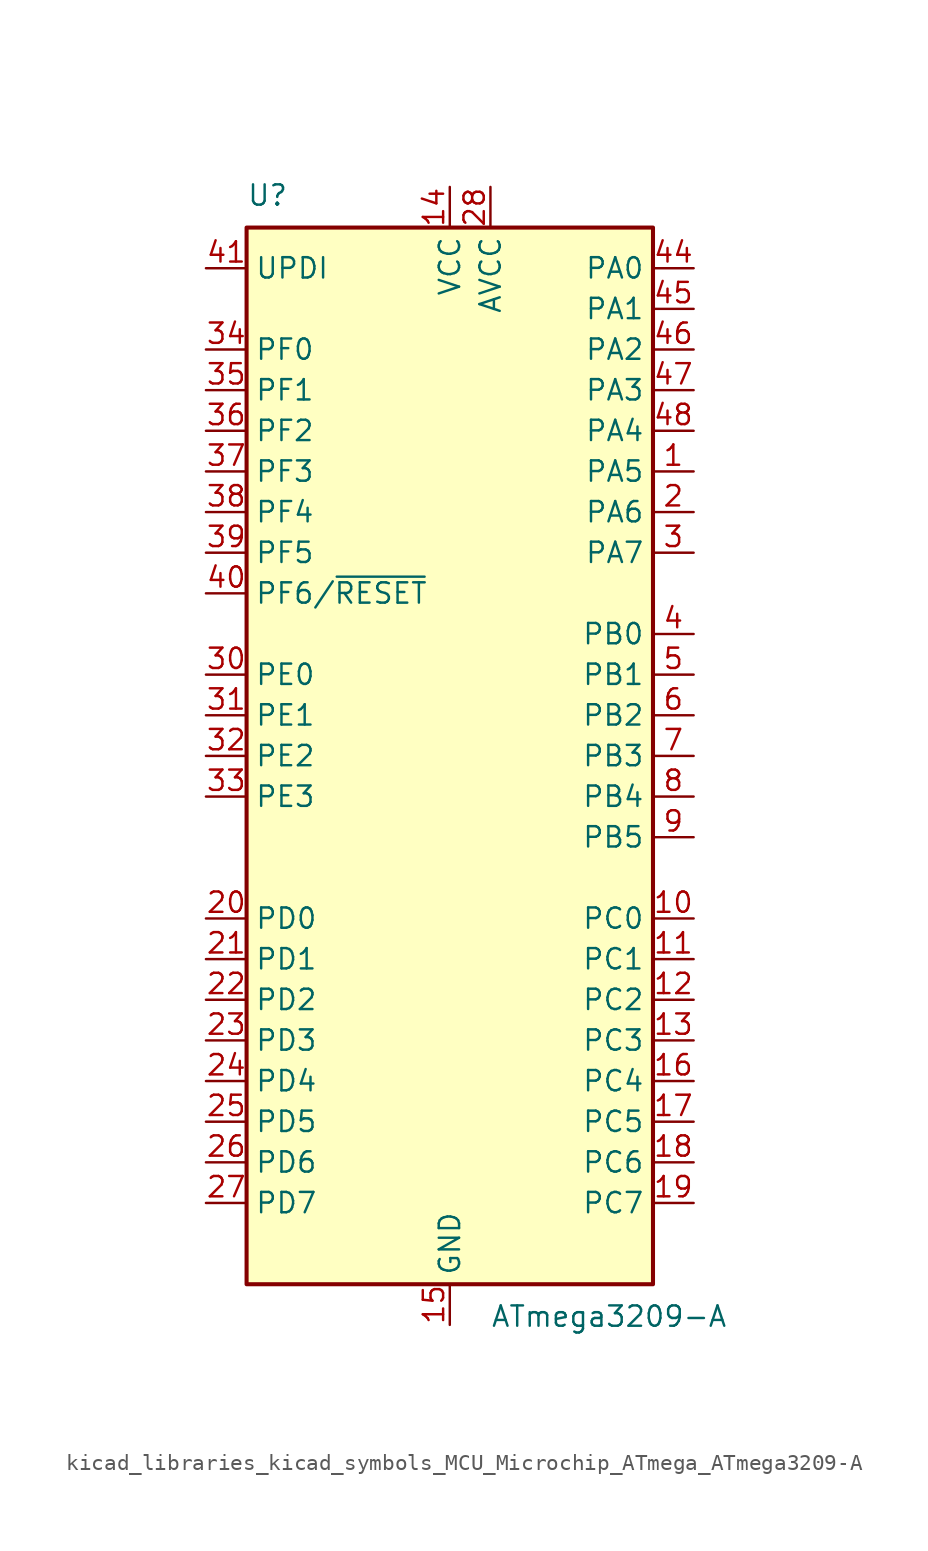
<source format=kicad_sym>
(kicad_symbol_lib
  (version 20220914)
  (generator kicad_symbol_editor)
  (symbol "kicad_libraries_kicad_symbols_MCU_Microchip_ATmega_ATmega3209-A"
    (property "Reference" "U"
      (at -12.7 34.29 0)
      (effects (font (size 1.27 1.27)) (justify left bottom)))
    (property "Value" "ATmega3209-A"
      (at 2.54 -34.29 0)
      (effects (font (size 1.27 1.27)) (justify left top)))
    (symbol "kicad_libraries_kicad_symbols_MCU_Microchip_ATmega_ATmega3209-A_0_1"
      (rectangle (start -12.7 -33.02) (end 12.7 33.02) (stroke (width 0.254) (type default)) (fill (type background))))
    (symbol "kicad_libraries_kicad_symbols_MCU_Microchip_ATmega_ATmega3209-A_1_1"
      (pin bidirectional line (at 15.24 17.78 180) (length 2.54) (name "PA5" (effects (font (size 1.27 1.27)))) (number "1" (effects (font (size 1.27 1.27)))))
      (pin bidirectional line (at 15.24 -10.16 180) (length 2.54) (name "PC0" (effects (font (size 1.27 1.27)))) (number "10" (effects (font (size 1.27 1.27)))))
      (pin bidirectional line (at 15.24 -12.7 180) (length 2.54) (name "PC1" (effects (font (size 1.27 1.27)))) (number "11" (effects (font (size 1.27 1.27)))))
      (pin bidirectional line (at 15.24 -15.24 180) (length 2.54) (name "PC2" (effects (font (size 1.27 1.27)))) (number "12" (effects (font (size 1.27 1.27)))))
      (pin bidirectional line (at 15.24 -17.78 180) (length 2.54) (name "PC3" (effects (font (size 1.27 1.27)))) (number "13" (effects (font (size 1.27 1.27)))))
      (pin power_in line (at 0 35.56 270) (length 2.54) (name "VCC" (effects (font (size 1.27 1.27)))) (number "14" (effects (font (size 1.27 1.27)))))
      (pin power_in line (at 0 -35.56 90) (length 2.54) (name "GND" (effects (font (size 1.27 1.27)))) (number "15" (effects (font (size 1.27 1.27)))))
      (pin bidirectional line (at 15.24 -20.32 180) (length 2.54) (name "PC4" (effects (font (size 1.27 1.27)))) (number "16" (effects (font (size 1.27 1.27)))))
      (pin bidirectional line (at 15.24 -22.86 180) (length 2.54) (name "PC5" (effects (font (size 1.27 1.27)))) (number "17" (effects (font (size 1.27 1.27)))))
      (pin bidirectional line (at 15.24 -25.4 180) (length 2.54) (name "PC6" (effects (font (size 1.27 1.27)))) (number "18" (effects (font (size 1.27 1.27)))))
      (pin bidirectional line (at 15.24 -27.94 180) (length 2.54) (name "PC7" (effects (font (size 1.27 1.27)))) (number "19" (effects (font (size 1.27 1.27)))))
      (pin bidirectional line (at 15.24 15.24 180) (length 2.54) (name "PA6" (effects (font (size 1.27 1.27)))) (number "2" (effects (font (size 1.27 1.27)))))
      (pin bidirectional line (at -15.24 -10.16 0) (length 2.54) (name "PD0" (effects (font (size 1.27 1.27)))) (number "20" (effects (font (size 1.27 1.27)))))
      (pin bidirectional line (at -15.24 -12.7 0) (length 2.54) (name "PD1" (effects (font (size 1.27 1.27)))) (number "21" (effects (font (size 1.27 1.27)))))
      (pin bidirectional line (at -15.24 -15.24 0) (length 2.54) (name "PD2" (effects (font (size 1.27 1.27)))) (number "22" (effects (font (size 1.27 1.27)))))
      (pin bidirectional line (at -15.24 -17.78 0) (length 2.54) (name "PD3" (effects (font (size 1.27 1.27)))) (number "23" (effects (font (size 1.27 1.27)))))
      (pin bidirectional line (at -15.24 -20.32 0) (length 2.54) (name "PD4" (effects (font (size 1.27 1.27)))) (number "24" (effects (font (size 1.27 1.27)))))
      (pin bidirectional line (at -15.24 -22.86 0) (length 2.54) (name "PD5" (effects (font (size 1.27 1.27)))) (number "25" (effects (font (size 1.27 1.27)))))
      (pin bidirectional line (at -15.24 -25.4 0) (length 2.54) (name "PD6" (effects (font (size 1.27 1.27)))) (number "26" (effects (font (size 1.27 1.27)))))
      (pin bidirectional line (at -15.24 -27.94 0) (length 2.54) (name "PD7" (effects (font (size 1.27 1.27)))) (number "27" (effects (font (size 1.27 1.27)))))
      (pin power_in line (at 2.54 35.56 270) (length 2.54) (name "AVCC" (effects (font (size 1.27 1.27)))) (number "28" (effects (font (size 1.27 1.27)))))
      (pin passive line (at 0 -35.56 90) (length 2.54) hide (name "GND" (effects (font (size 1.27 1.27)))) (number "29" (effects (font (size 1.27 1.27)))))
      (pin bidirectional line (at 15.24 12.7 180) (length 2.54) (name "PA7" (effects (font (size 1.27 1.27)))) (number "3" (effects (font (size 1.27 1.27)))))
      (pin bidirectional line (at -15.24 5.08 0) (length 2.54) (name "PE0" (effects (font (size 1.27 1.27)))) (number "30" (effects (font (size 1.27 1.27)))))
      (pin bidirectional line (at -15.24 2.54 0) (length 2.54) (name "PE1" (effects (font (size 1.27 1.27)))) (number "31" (effects (font (size 1.27 1.27)))))
      (pin bidirectional line (at -15.24 0 0) (length 2.54) (name "PE2" (effects (font (size 1.27 1.27)))) (number "32" (effects (font (size 1.27 1.27)))))
      (pin bidirectional line (at -15.24 -2.54 0) (length 2.54) (name "PE3" (effects (font (size 1.27 1.27)))) (number "33" (effects (font (size 1.27 1.27)))))
      (pin bidirectional line (at -15.24 25.4 0) (length 2.54) (name "PF0" (effects (font (size 1.27 1.27)))) (number "34" (effects (font (size 1.27 1.27)))))
      (pin bidirectional line (at -15.24 22.86 0) (length 2.54) (name "PF1" (effects (font (size 1.27 1.27)))) (number "35" (effects (font (size 1.27 1.27)))))
      (pin bidirectional line (at -15.24 20.32 0) (length 2.54) (name "PF2" (effects (font (size 1.27 1.27)))) (number "36" (effects (font (size 1.27 1.27)))))
      (pin bidirectional line (at -15.24 17.78 0) (length 2.54) (name "PF3" (effects (font (size 1.27 1.27)))) (number "37" (effects (font (size 1.27 1.27)))))
      (pin bidirectional line (at -15.24 15.24 0) (length 2.54) (name "PF4" (effects (font (size 1.27 1.27)))) (number "38" (effects (font (size 1.27 1.27)))))
      (pin bidirectional line (at -15.24 12.7 0) (length 2.54) (name "PF5" (effects (font (size 1.27 1.27)))) (number "39" (effects (font (size 1.27 1.27)))))
      (pin bidirectional line (at 15.24 7.62 180) (length 2.54) (name "PB0" (effects (font (size 1.27 1.27)))) (number "4" (effects (font (size 1.27 1.27)))))
      (pin bidirectional line (at -15.24 10.16 0) (length 2.54) (name "PF6/~{RESET}" (effects (font (size 1.27 1.27)))) (number "40" (effects (font (size 1.27 1.27)))))
      (pin bidirectional line (at -15.24 30.48 0) (length 2.54) (name "UPDI" (effects (font (size 1.27 1.27)))) (number "41" (effects (font (size 1.27 1.27)))))
      (pin passive line (at 0 35.56 270) (length 2.54) hide (name "VCC" (effects (font (size 1.27 1.27)))) (number "42" (effects (font (size 1.27 1.27)))))
      (pin passive line (at 0 -35.56 90) (length 2.54) hide (name "GND" (effects (font (size 1.27 1.27)))) (number "43" (effects (font (size 1.27 1.27)))))
      (pin bidirectional line (at 15.24 30.48 180) (length 2.54) (name "PA0" (effects (font (size 1.27 1.27)))) (number "44" (effects (font (size 1.27 1.27)))))
      (pin bidirectional line (at 15.24 27.94 180) (length 2.54) (name "PA1" (effects (font (size 1.27 1.27)))) (number "45" (effects (font (size 1.27 1.27)))))
      (pin bidirectional line (at 15.24 25.4 180) (length 2.54) (name "PA2" (effects (font (size 1.27 1.27)))) (number "46" (effects (font (size 1.27 1.27)))))
      (pin bidirectional line (at 15.24 22.86 180) (length 2.54) (name "PA3" (effects (font (size 1.27 1.27)))) (number "47" (effects (font (size 1.27 1.27)))))
      (pin bidirectional line (at 15.24 20.32 180) (length 2.54) (name "PA4" (effects (font (size 1.27 1.27)))) (number "48" (effects (font (size 1.27 1.27)))))
      (pin bidirectional line (at 15.24 5.08 180) (length 2.54) (name "PB1" (effects (font (size 1.27 1.27)))) (number "5" (effects (font (size 1.27 1.27)))))
      (pin bidirectional line (at 15.24 2.54 180) (length 2.54) (name "PB2" (effects (font (size 1.27 1.27)))) (number "6" (effects (font (size 1.27 1.27)))))
      (pin bidirectional line (at 15.24 0 180) (length 2.54) (name "PB3" (effects (font (size 1.27 1.27)))) (number "7" (effects (font (size 1.27 1.27)))))
      (pin bidirectional line (at 15.24 -2.54 180) (length 2.54) (name "PB4" (effects (font (size 1.27 1.27)))) (number "8" (effects (font (size 1.27 1.27)))))
      (pin bidirectional line (at 15.24 -5.08 180) (length 2.54) (name "PB5" (effects (font (size 1.27 1.27)))) (number "9" (effects (font (size 1.27 1.27))))))))
</source>
